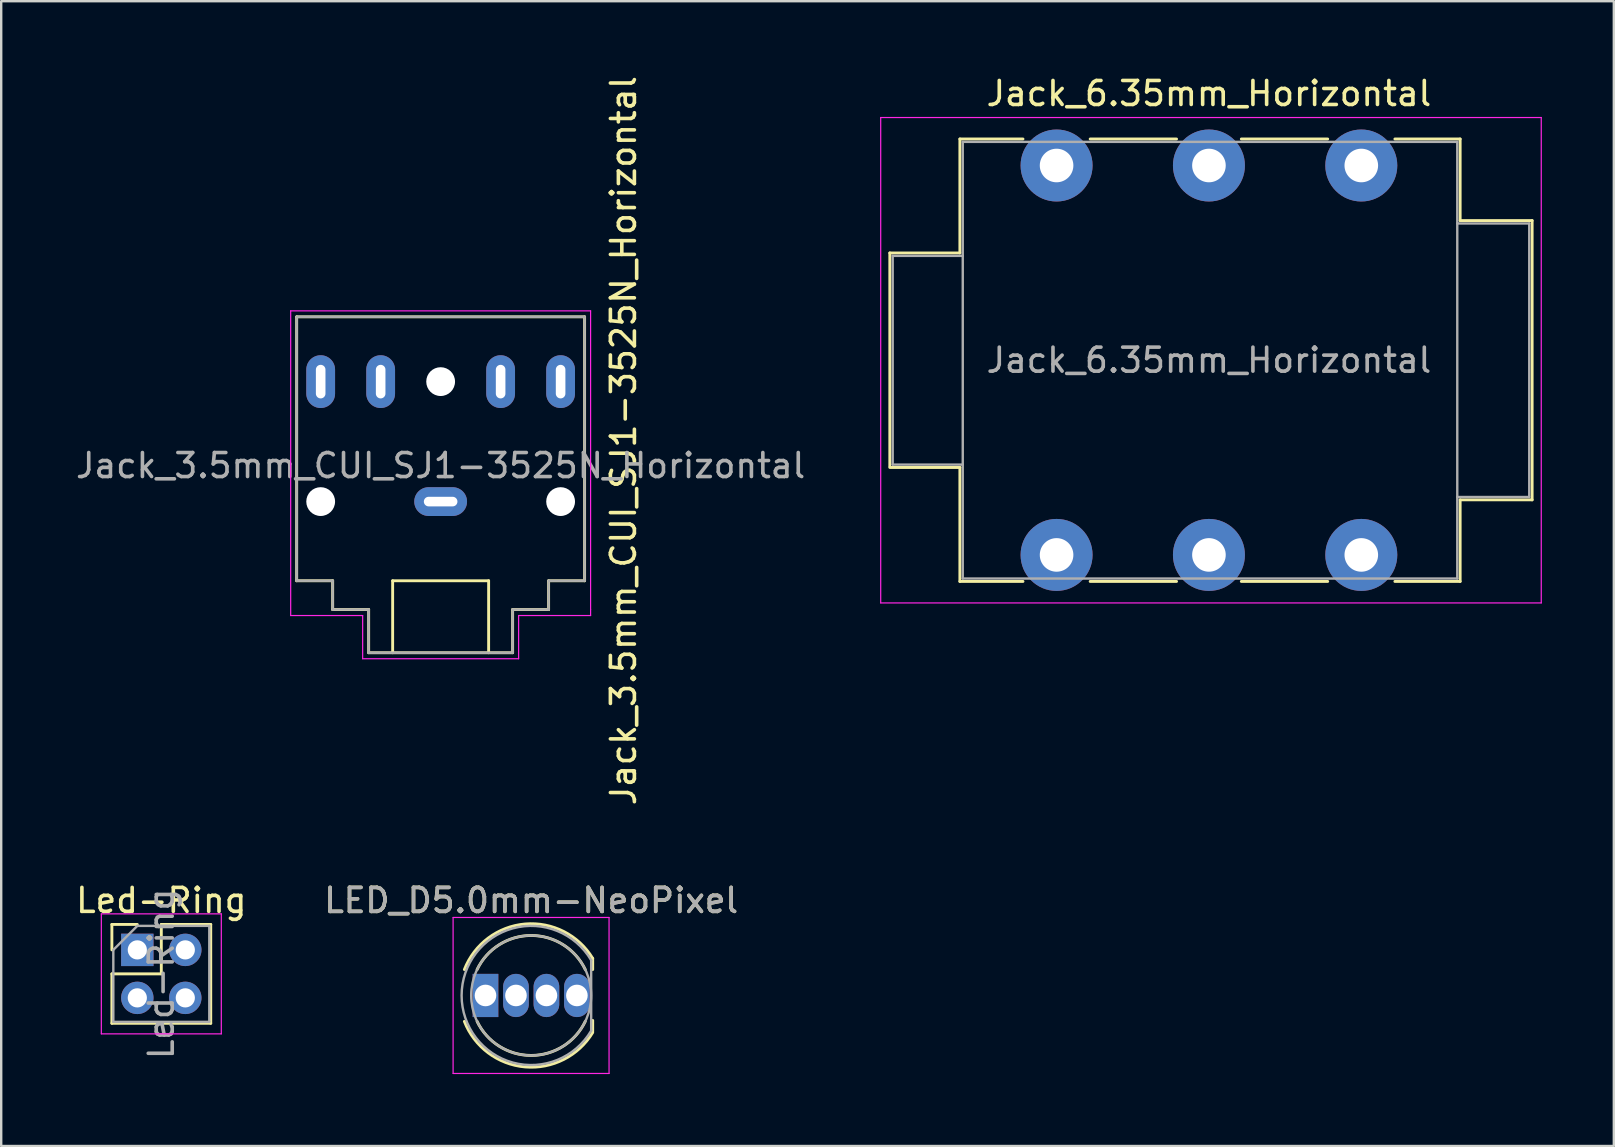
<source format=kicad_pcb>
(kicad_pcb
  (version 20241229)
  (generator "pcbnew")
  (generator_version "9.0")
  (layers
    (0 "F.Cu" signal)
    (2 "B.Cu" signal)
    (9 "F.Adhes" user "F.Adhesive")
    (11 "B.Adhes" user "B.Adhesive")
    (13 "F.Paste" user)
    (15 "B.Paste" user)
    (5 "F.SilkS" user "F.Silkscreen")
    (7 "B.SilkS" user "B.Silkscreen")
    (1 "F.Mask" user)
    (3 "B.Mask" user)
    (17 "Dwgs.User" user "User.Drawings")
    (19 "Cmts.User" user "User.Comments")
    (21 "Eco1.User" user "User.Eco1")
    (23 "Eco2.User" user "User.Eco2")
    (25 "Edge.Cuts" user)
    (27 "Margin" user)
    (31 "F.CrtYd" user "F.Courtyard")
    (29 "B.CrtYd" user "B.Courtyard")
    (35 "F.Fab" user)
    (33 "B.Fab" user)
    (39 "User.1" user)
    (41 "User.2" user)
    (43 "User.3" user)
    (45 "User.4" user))
  (footprint "Led-Ring"
    (layer "F.Cu")
    (at 2.673 36.539)
    (property "Reference" "Led-Ring" (at 1 -2.06 0) (layer "F.SilkS") (effects (font (size 1 1) (thickness 0.15))))
    (attr through_hole)
    (fp_line (start -1.06 -1.06) (end 0 -1.06) (stroke (width 0.12) (type solid)) (layer "F.SilkS"))
    (fp_line (start -1.06 0) (end -1.06 -1.06) (stroke (width 0.12) (type solid)) (layer "F.SilkS"))
    (fp_line (start -1.06 1) (end -1.06 3.06) (stroke (width 0.12) (type solid)) (layer "F.SilkS"))
    (fp_line (start -1.06 1) (end 1 1) (stroke (width 0.12) (type solid)) (layer "F.SilkS"))
    (fp_line (start -1.06 3.06) (end 3.06 3.06) (stroke (width 0.12) (type solid)) (layer "F.SilkS"))
    (fp_line (start 1 -1.06) (end 3.06 -1.06) (stroke (width 0.12) (type solid)) (layer "F.SilkS"))
    (fp_line (start 1 1) (end 1 -1.06) (stroke (width 0.12) (type solid)) (layer "F.SilkS"))
    (fp_line (start 3.06 -1.06) (end 3.06 3.06) (stroke (width 0.12) (type solid)) (layer "F.SilkS"))
    (fp_line (start -1.5 -1.5) (end -1.5 3.5) (stroke (width 0.05) (type solid)) (layer "F.CrtYd"))
    (fp_line (start -1.5 3.5) (end 3.5 3.5) (stroke (width 0.05) (type solid)) (layer "F.CrtYd"))
    (fp_line (start 3.5 -1.5) (end -1.5 -1.5) (stroke (width 0.05) (type solid)) (layer "F.CrtYd"))
    (fp_line (start 3.5 3.5) (end 3.5 -1.5) (stroke (width 0.05) (type solid)) (layer "F.CrtYd"))
    (fp_line (start -1 0) (end 0 -1) (stroke (width 0.1) (type solid)) (layer "F.Fab"))
    (fp_line (start -1 3) (end -1 0) (stroke (width 0.1) (type solid)) (layer "F.Fab"))
    (fp_line (start 0 -1) (end 3 -1) (stroke (width 0.1) (type solid)) (layer "F.Fab"))
    (fp_line (start 3 -1) (end 3 3) (stroke (width 0.1) (type solid)) (layer "F.Fab"))
    (fp_line (start 3 3) (end -1 3) (stroke (width 0.1) (type solid)) (layer "F.Fab"))
    (fp_text user "${REFERENCE}" (at 1 1 90) (layer "F.Fab") (effects (font (size 1 1) (thickness 0.15))))
    (pad "1" thru_hole rect (at 0 0) (size 1.35 1.35) (drill 0.8) (layers "*.Cu" "*.Mask"))
    (pad "2" thru_hole oval (at 2 0) (size 1.35 1.35) (drill 0.8) (layers "*.Cu" "*.Mask"))
    (pad "3" thru_hole oval (at 0 2) (size 1.35 1.35) (drill 0.8) (layers "*.Cu" "*.Mask"))
    (pad "4" thru_hole oval (at 2 2) (size 1.35 1.35) (drill 0.8) (layers "*.Cu" "*.Mask")))
  (footprint "LED_D5.0mm-NeoPixel"
    (layer "F.Cu")
    (at 17.184 38.439)
    (property "Reference" "LED_D5.0mm-NeoPixel" (at 1.905 -3.96 0) (layer "F.SilkS") (effects (font (size 1 1) (thickness 0.15))))
    (attr through_hole)
    (fp_line (start 4.468 -1.545) (end 4.468 -1.08) (stroke (width 0.12) (type solid)) (layer "F.SilkS"))
    (fp_line (start 4.468 1.04) (end 4.468 1.505) (stroke (width 0.12) (type solid)) (layer "F.SilkS"))
    (fp_arc (start -0.879359 -1.080827) (mid 1.65 -2.978808) (end 4.468456 -1.54483) (stroke (width 0.12) (type solid)) (layer "F.SilkS"))
    (fp_arc (start -0.349684 -1.08) (mid 1.904762 -2.5) (end 4.159479 -1.080429) (stroke (width 0.12) (type solid)) (layer "F.SilkS"))
    (fp_arc (start 4.159479 1.080429) (mid 1.904762 2.5) (end -0.349684 1.08) (stroke (width 0.12) (type solid)) (layer "F.SilkS"))
    (fp_arc (start 4.468456 1.54483) (mid 1.65 2.978809) (end -0.879359 1.080827) (stroke (width 0.12) (type solid)) (layer "F.SilkS"))
    (fp_line (start -1.35 -3.25) (end -1.35 3.25) (stroke (width 0.05) (type solid)) (layer "F.CrtYd"))
    (fp_line (start -1.35 3.25) (end 5.15 3.25) (stroke (width 0.05) (type solid)) (layer "F.CrtYd"))
    (fp_line (start 5.15 -3.25) (end -1.35 -3.25) (stroke (width 0.05) (type solid)) (layer "F.CrtYd"))
    (fp_line (start 5.15 3.25) (end 5.15 -3.25) (stroke (width 0.05) (type solid)) (layer "F.CrtYd"))
    (fp_line (start 4.405 -1.47) (end 4.405 1.47) (stroke (width 0.1) (type solid)) (layer "F.Fab"))
    (fp_arc (start 4.405 1.469694) (mid -0.995 -0.000016) (end 4.405016 -1.469666) (stroke (width 0.1) (type solid)) (layer "F.Fab"))
    (fp_circle (center 1.905 0) (end 4.405 0) (stroke (width 0.1) (type solid)) (fill no) (layer "F.Fab"))
    (fp_text user "${REFERENCE}" (at 1.905 -3.96 0) (layer "F.Fab") (effects (font (size 1 1) (thickness 0.15))))
    (pad "1" thru_hole rect (at 0 0) (size 1.07 1.8) (drill 0.9) (layers "*.Cu" "*.Mask"))
    (pad "2" thru_hole oval (at 1.27 0) (size 1.07 1.8) (drill 0.9) (layers "*.Cu" "*.Mask"))
    (pad "3" thru_hole oval (at 2.54 0) (size 1.07 1.8) (drill 0.9) (layers "*.Cu" "*.Mask"))
    (pad "4" thru_hole oval (at 3.81 0) (size 1.07 1.8) (drill 0.9) (layers "*.Cu" "*.Mask")))
  (footprint "Jack_6.35mm_Horizontal"
    (layer "F.Cu")
    (at 40.986 3.848)
    (property "Reference" "Jack_6.35mm_Horizontal" (at 6.35 -3 0) (layer "F.SilkS") (effects (font (size 1 1) (thickness 0.15))))
    (attr through_hole)
    (fp_line (start -6.95 3.645) (end -4.03 3.645) (stroke (width 0.12) (type solid)) (layer "F.SilkS"))
    (fp_line (start -6.95 12.545) (end -6.95 3.645) (stroke (width 0.12) (type solid)) (layer "F.SilkS"))
    (fp_line (start -6.95 12.585) (end -4.03 12.585) (stroke (width 0.12) (type solid)) (layer "F.SilkS"))
    (fp_line (start -4.03 -1.105) (end -1.4 -1.105) (stroke (width 0.12) (type solid)) (layer "F.SilkS"))
    (fp_line (start -4.03 3.645) (end -4.03 -1.105) (stroke (width 0.12) (type solid)) (layer "F.SilkS"))
    (fp_line (start -4.03 17.335) (end -4.03 12.585) (stroke (width 0.12) (type solid)) (layer "F.SilkS"))
    (fp_line (start -1.4 17.335) (end -4.03 17.335) (stroke (width 0.12) (type solid)) (layer "F.SilkS"))
    (fp_line (start 1.4 -1.105) (end 5 -1.105) (stroke (width 0.12) (type solid)) (layer "F.SilkS"))
    (fp_line (start 5 17.335) (end 1.4 17.335) (stroke (width 0.12) (type solid)) (layer "F.SilkS"))
    (fp_line (start 7.7 -1.105) (end 11.3 -1.105) (stroke (width 0.12) (type solid)) (layer "F.SilkS"))
    (fp_line (start 11.3 17.335) (end 7.7 17.335) (stroke (width 0.12) (type solid)) (layer "F.SilkS"))
    (fp_line (start 16.82 -1.105) (end 14.1 -1.105) (stroke (width 0.12) (type solid)) (layer "F.SilkS"))
    (fp_line (start 16.82 2.295) (end 16.82 -1.105) (stroke (width 0.12) (type solid)) (layer "F.SilkS"))
    (fp_line (start 16.82 2.295) (end 19.82 2.295) (stroke (width 0.12) (type solid)) (layer "F.SilkS"))
    (fp_line (start 16.82 13.935) (end 19.82 13.935) (stroke (width 0.12) (type solid)) (layer "F.SilkS"))
    (fp_line (start 16.82 17.335) (end 14.1 17.335) (stroke (width 0.12) (type solid)) (layer "F.SilkS"))
    (fp_line (start 16.82 17.335) (end 16.82 13.935) (stroke (width 0.12) (type solid)) (layer "F.SilkS"))
    (fp_line (start 19.82 13.935) (end 19.82 2.295) (stroke (width 0.12) (type solid)) (layer "F.SilkS"))
    (fp_line (start -7.33 18.23) (end -7.33 -2) (stroke (width 0.05) (type solid)) (layer "F.CrtYd"))
    (fp_line (start -7.33 18.23) (end 20.2 18.23) (stroke (width 0.05) (type solid)) (layer "F.CrtYd"))
    (fp_line (start 20.2 -2) (end -7.33 -2) (stroke (width 0.05) (type solid)) (layer "F.CrtYd"))
    (fp_line (start 20.2 18.23) (end 20.2 -2) (stroke (width 0.05) (type solid)) (layer "F.CrtYd"))
    (fp_line (start -6.83 3.765) (end -3.91 3.765) (stroke (width 0.1) (type solid)) (layer "F.Fab"))
    (fp_line (start -6.83 12.465) (end -6.83 3.765) (stroke (width 0.1) (type solid)) (layer "F.Fab"))
    (fp_line (start -6.83 12.465) (end -3.91 12.465) (stroke (width 0.1) (type solid)) (layer "F.Fab"))
    (fp_line (start -3.91 17.215) (end -3.91 -0.985) (stroke (width 0.1) (type solid)) (layer "F.Fab"))
    (fp_line (start 16.7 -0.985) (end -3.91 -0.985) (stroke (width 0.1) (type solid)) (layer "F.Fab"))
    (fp_line (start 16.7 17.215) (end -3.91 17.215) (stroke (width 0.1) (type solid)) (layer "F.Fab"))
    (fp_line (start 16.7 17.215) (end 16.7 -0.985) (stroke (width 0.1) (type solid)) (layer "F.Fab"))
    (fp_line (start 19.7 2.415) (end 16.7 2.415) (stroke (width 0.1) (type solid)) (layer "F.Fab"))
    (fp_line (start 19.7 13.815) (end 16.7 13.815) (stroke (width 0.1) (type solid)) (layer "F.Fab"))
    (fp_line (start 19.7 13.815) (end 19.7 2.415) (stroke (width 0.1) (type solid)) (layer "F.Fab"))
    (fp_text user "${REFERENCE}" (at 6.35 8.115 0) (layer "F.Fab") (effects (font (size 1 1) (thickness 0.15))))
    (pad "R" thru_hole circle (at 6.35 0) (size 3 3) (drill 1.4) (layers "*.Cu" "*.Mask"))
    (pad "RN" thru_hole circle (at 6.35 16.23) (size 3 3) (drill 1.4) (layers "*.Cu" "*.Mask"))
    (pad "S" thru_hole circle (at 12.7 0) (size 3 3) (drill 1.4) (layers "*.Cu" "*.Mask"))
    (pad "SN" thru_hole circle (at 12.7 16.23) (size 3 3) (drill 1.4) (layers "*.Cu" "*.Mask"))
    (pad "T" thru_hole circle (at 0 0) (size 3 3) (drill 1.4) (layers "*.Cu" "*.Mask"))
    (pad "TN" thru_hole circle (at 0 16.23) (size 3 3) (drill 1.4) (layers "*.Cu" "*.Mask")))
  (footprint "Jack_3.5mm_CUI_SJ1-3525N_Horizontal"
    (layer "F.Cu")
    (at 15.315 17.855)
    (property "Reference" "Jack_3.5mm_CUI_SJ1-3525N_Horizontal" (at 7.62 -2.54 270) (layer "F.SilkS") (effects (font (size 1 1) (thickness 0.15))))
    (attr through_hole exclude_from_pos_files)
    (fp_line (start -6 -7.7) (end 6 -7.7) (stroke (width 0.12) (type solid)) (layer "F.SilkS"))
    (fp_line (start -6 3.3) (end -6 -7.7) (stroke (width 0.12) (type solid)) (layer "F.SilkS"))
    (fp_line (start -4.5 3.3) (end -6 3.3) (stroke (width 0.12) (type solid)) (layer "F.SilkS"))
    (fp_line (start -4.5 4.5) (end -4.5 3.3) (stroke (width 0.12) (type solid)) (layer "F.SilkS"))
    (fp_line (start -3 4.5) (end -4.5 4.5) (stroke (width 0.12) (type solid)) (layer "F.SilkS"))
    (fp_line (start -3 6.3) (end -3 4.5) (stroke (width 0.12) (type solid)) (layer "F.SilkS"))
    (fp_line (start -2 3.3) (end -2 6.3) (stroke (width 0.12) (type solid)) (layer "F.SilkS"))
    (fp_line (start 2 3.3) (end -2 3.3) (stroke (width 0.12) (type solid)) (layer "F.SilkS"))
    (fp_line (start 2 6.3) (end 2 3.3) (stroke (width 0.12) (type solid)) (layer "F.SilkS"))
    (fp_line (start 3 4.5) (end 3 6.3) (stroke (width 0.12) (type solid)) (layer "F.SilkS"))
    (fp_line (start 3 6.3) (end -3 6.3) (stroke (width 0.12) (type solid)) (layer "F.SilkS"))
    (fp_line (start 4.5 3.3) (end 4.5 4.5) (stroke (width 0.12) (type solid)) (layer "F.SilkS"))
    (fp_line (start 4.5 4.5) (end 3 4.5) (stroke (width 0.12) (type solid)) (layer "F.SilkS"))
    (fp_line (start 6 -7.7) (end 6 3.3) (stroke (width 0.12) (type solid)) (layer "F.SilkS"))
    (fp_line (start 6 3.3) (end 4.5 3.3) (stroke (width 0.12) (type solid)) (layer "F.SilkS"))
    (fp_line (start -6.25 -7.95) (end -6.25 4.75) (stroke (width 0.05) (type solid)) (layer "F.CrtYd"))
    (fp_line (start -6.25 4.75) (end -3.25 4.75) (stroke (width 0.05) (type solid)) (layer "F.CrtYd"))
    (fp_line (start -3.25 4.75) (end -3.25 6.55) (stroke (width 0.05) (type solid)) (layer "F.CrtYd"))
    (fp_line (start -3.25 6.55) (end 3.25 6.55) (stroke (width 0.05) (type solid)) (layer "F.CrtYd"))
    (fp_line (start 3.25 4.75) (end 6.25 4.75) (stroke (width 0.05) (type solid)) (layer "F.CrtYd"))
    (fp_line (start 3.25 6.55) (end 3.25 4.75) (stroke (width 0.05) (type solid)) (layer "F.CrtYd"))
    (fp_line (start 6.25 -7.95) (end -6.25 -7.95) (stroke (width 0.05) (type solid)) (layer "F.CrtYd"))
    (fp_line (start 6.25 4.5) (end 6.25 -7.95) (stroke (width 0.05) (type solid)) (layer "F.CrtYd"))
    (fp_line (start 6.25 4.5) (end 6.25 4.75) (stroke (width 0.05) (type default)) (layer "F.CrtYd"))
    (fp_line (start -6 -7.7) (end 6 -7.7) (stroke (width 0.1) (type solid)) (layer "F.Fab"))
    (fp_line (start -6 3.3) (end -6 -7.7) (stroke (width 0.1) (type solid)) (layer "F.Fab"))
    (fp_line (start -4.5 3.3) (end -6 3.3) (stroke (width 0.1) (type solid)) (layer "F.Fab"))
    (fp_line (start -4.5 4.5) (end -4.5 3.3) (stroke (width 0.1) (type solid)) (layer "F.Fab"))
    (fp_line (start -4.5 4.5) (end -3 4.5) (stroke (width 0.1) (type solid)) (layer "F.Fab"))
    (fp_line (start -3 4.5) (end -3 6.3) (stroke (width 0.1) (type solid)) (layer "F.Fab"))
    (fp_line (start -3 6.3) (end 3 6.3) (stroke (width 0.1) (type solid)) (layer "F.Fab"))
    (fp_line (start 3 4.5) (end 3 6.3) (stroke (width 0.1) (type solid)) (layer "F.Fab"))
    (fp_line (start 4.5 3.3) (end 6 3.3) (stroke (width 0.1) (type solid)) (layer "F.Fab"))
    (fp_line (start 4.5 4.5) (end 3 4.5) (stroke (width 0.1) (type solid)) (layer "F.Fab"))
    (fp_line (start 4.5 4.5) (end 4.5 3.3) (stroke (width 0.1) (type solid)) (layer "F.Fab"))
    (fp_line (start 6 3.3) (end 6 -7.7) (stroke (width 0.1) (type solid)) (layer "F.Fab"))
    (fp_text user "${REFERENCE}" (at 0 -1.5 180) (layer "F.Fab") (effects (font (size 1 1) (thickness 0.15))))
    (pad "" np_thru_hole circle (at -5 0) (size 1.2 1.2) (drill 1.2) (layers "*.Cu"))
    (pad "" np_thru_hole circle (at 0 -5) (size 1.2 1.2) (drill 1.2) (layers "*.Cu"))
    (pad "" np_thru_hole circle (at 5 0) (size 1.2 1.2) (drill 1.2) (layers "*.Cu"))
    (pad "R" thru_hole oval (at -5 -5) (size 1.2 2.2) (drill oval 0.4 1.4) (layers "*.Cu" "*.Mask"))
    (pad "RN" thru_hole oval (at -2.5 -5) (size 1.2 2.2) (drill oval 0.4 1.4) (layers "*.Cu" "*.Mask"))
    (pad "S" thru_hole oval (at 0 0) (size 2.2 1.2) (drill oval 1.4 0.4) (layers "*.Cu" "*.Mask"))
    (pad "T" thru_hole oval (at 5 -5 180) (size 1.2 2.2) (drill oval 0.4 1.4) (layers "*.Cu" "*.Mask"))
    (pad "TN" thru_hole oval (at 2.5 -5 180) (size 1.2 2.2) (drill oval 0.4 1.4) (layers "*.Cu" "*.Mask")))
  (gr_rect
    (start -3 -3)
    (end 64.211 44.714)
    (stroke (width 0.1) (type default))
    (fill no)
    (layer "Edge.Cuts")))
</source>
